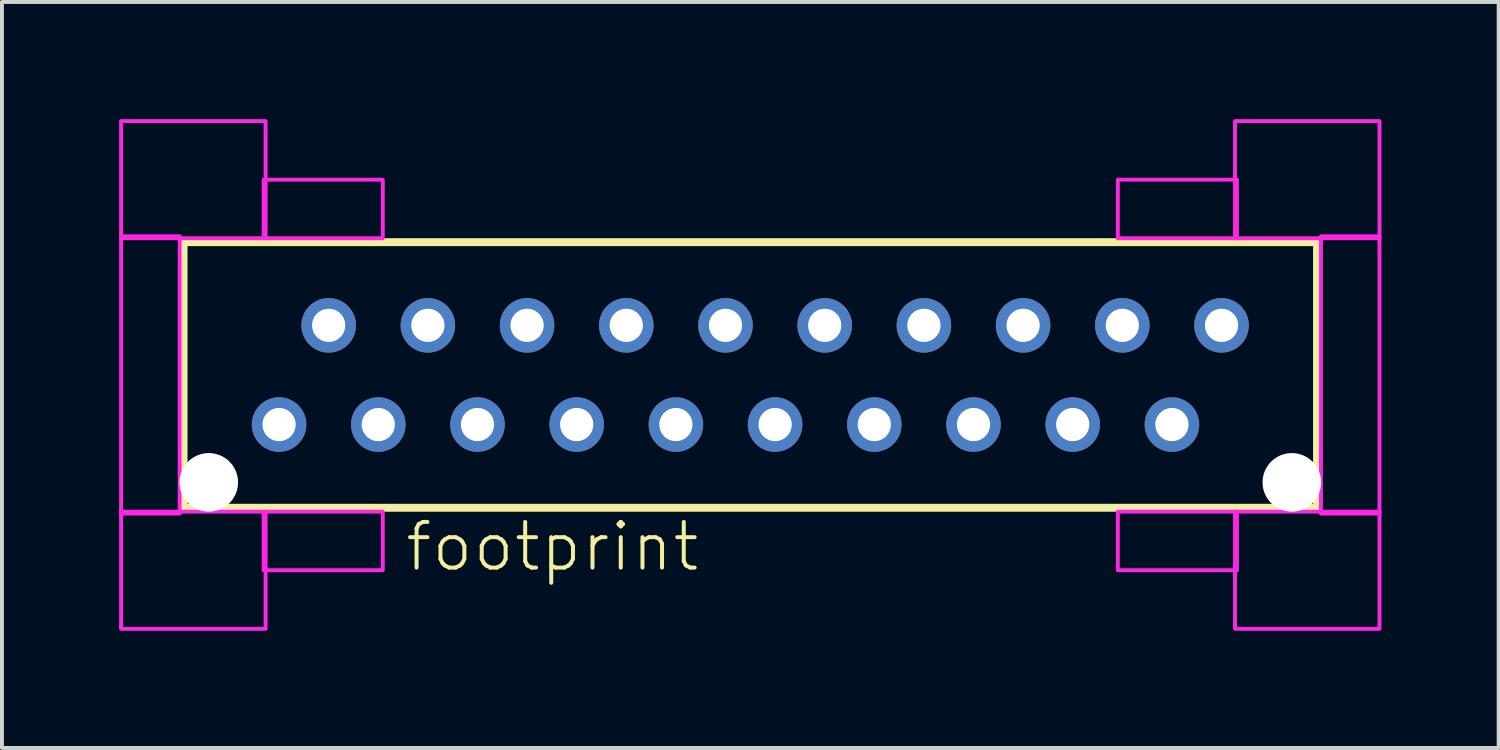
<source format=kicad_pcb>
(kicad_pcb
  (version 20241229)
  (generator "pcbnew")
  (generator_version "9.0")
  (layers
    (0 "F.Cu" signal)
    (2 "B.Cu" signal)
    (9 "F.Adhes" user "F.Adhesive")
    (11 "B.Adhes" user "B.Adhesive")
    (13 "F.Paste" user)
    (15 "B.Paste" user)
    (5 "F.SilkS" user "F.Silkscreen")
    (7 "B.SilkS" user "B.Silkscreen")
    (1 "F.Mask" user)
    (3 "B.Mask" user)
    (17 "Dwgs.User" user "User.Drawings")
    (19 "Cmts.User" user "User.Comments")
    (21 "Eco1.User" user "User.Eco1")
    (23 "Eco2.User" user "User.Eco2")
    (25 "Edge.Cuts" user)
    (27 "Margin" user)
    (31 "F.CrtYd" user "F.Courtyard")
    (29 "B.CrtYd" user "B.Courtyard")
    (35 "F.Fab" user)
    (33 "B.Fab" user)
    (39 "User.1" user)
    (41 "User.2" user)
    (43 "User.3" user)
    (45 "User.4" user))
  (footprint "footprint"
    (layer "F.Cu")
    (at 16.16 6.55)
    (property "Reference" "footprint" (at -8.89 5.08 0) (layer "F.SilkS") (effects (font (size 1.168 1.168) (thickness 0.102)) (justify left bottom)))
    (fp_line (start -14.51 -3.4) (end 14.51 -3.4) (stroke (width 0.203) (type solid)) (layer "F.SilkS"))
    (fp_line (start -14.51 3.4) (end -14.51 -3.4) (stroke (width 0.203) (type solid)) (layer "F.SilkS"))
    (fp_line (start 14.51 -3.4) (end 14.51 3.4) (stroke (width 0.203) (type solid)) (layer "F.SilkS"))
    (fp_line (start 14.51 3.4) (end -14.51 3.4) (stroke (width 0.203) (type solid)) (layer "F.SilkS"))
    (fp_poly (pts (xy -16.11 -3.5) (xy -12.41 -3.5) (xy -12.41 -6.5) (xy -16.11 -6.5)) (stroke (width 0.1) (type solid)) (fill no) (layer "F.CrtYd"))
    (fp_poly (pts (xy -16.11 3.55) (xy -14.61 3.55) (xy -14.61 -3.55) (xy -16.11 -3.55)) (stroke (width 0.1) (type solid)) (fill no) (layer "F.CrtYd"))
    (fp_poly (pts (xy -16.11 6.5) (xy -12.41 6.5) (xy -12.41 3.5) (xy -16.11 3.5)) (stroke (width 0.1) (type solid)) (fill no) (layer "F.CrtYd"))
    (fp_poly (pts (xy -12.46 -3.5) (xy -9.41 -3.5) (xy -9.41 -5) (xy -12.46 -5)) (stroke (width 0.1) (type solid)) (fill no) (layer "F.CrtYd"))
    (fp_poly (pts (xy -12.46 5) (xy -9.41 5) (xy -9.41 3.5) (xy -12.46 3.5)) (stroke (width 0.1) (type solid)) (fill no) (layer "F.CrtYd"))
    (fp_poly (pts (xy 9.41 -3.5) (xy 12.46 -3.5) (xy 12.46 -5) (xy 9.41 -5)) (stroke (width 0.1) (type solid)) (fill no) (layer "F.CrtYd"))
    (fp_poly (pts (xy 9.41 5) (xy 12.46 5) (xy 12.46 3.5) (xy 9.41 3.5)) (stroke (width 0.1) (type solid)) (fill no) (layer "F.CrtYd"))
    (fp_poly (pts (xy 12.41 -3.5) (xy 16.11 -3.5) (xy 16.11 -6.5) (xy 12.41 -6.5)) (stroke (width 0.1) (type solid)) (fill no) (layer "F.CrtYd"))
    (fp_poly (pts (xy 12.41 6.5) (xy 16.11 6.5) (xy 16.11 3.5) (xy 12.41 3.5)) (stroke (width 0.1) (type solid)) (fill no) (layer "F.CrtYd"))
    (fp_poly (pts (xy 14.61 3.55) (xy 16.11 3.55) (xy 16.11 -3.55) (xy 14.61 -3.55)) (stroke (width 0.1) (type solid)) (fill no) (layer "F.CrtYd"))
    (pad "" np_thru_hole circle (at -13.865 2.75) (size 1.5 1.5) (drill 1.5) (layers "*.Cu" "*.Mask"))
    (pad "" np_thru_hole circle (at 13.865 2.75) (size 1.5 1.5) (drill 1.5) (layers "*.Cu" "*.Mask"))
    (pad "1" thru_hole circle (at -12.065 1.27) (size 1.397 1.397) (drill 0.85) (layers "*.Cu" "*.Mask"))
    (pad "2" thru_hole circle (at -10.795 -1.27) (size 1.397 1.397) (drill 0.85) (layers "*.Cu" "*.Mask"))
    (pad "3" thru_hole circle (at -9.525 1.27) (size 1.397 1.397) (drill 0.85) (layers "*.Cu" "*.Mask"))
    (pad "4" thru_hole circle (at -8.255 -1.27) (size 1.397 1.397) (drill 0.85) (layers "*.Cu" "*.Mask"))
    (pad "5" thru_hole circle (at -6.985 1.27) (size 1.397 1.397) (drill 0.85) (layers "*.Cu" "*.Mask"))
    (pad "6" thru_hole circle (at -5.715 -1.27) (size 1.397 1.397) (drill 0.85) (layers "*.Cu" "*.Mask"))
    (pad "7" thru_hole circle (at -4.445 1.27) (size 1.397 1.397) (drill 0.85) (layers "*.Cu" "*.Mask"))
    (pad "8" thru_hole circle (at -3.175 -1.27) (size 1.397 1.397) (drill 0.85) (layers "*.Cu" "*.Mask"))
    (pad "9" thru_hole circle (at -1.905 1.27) (size 1.397 1.397) (drill 0.85) (layers "*.Cu" "*.Mask"))
    (pad "10" thru_hole circle (at -0.635 -1.27) (size 1.397 1.397) (drill 0.85) (layers "*.Cu" "*.Mask"))
    (pad "11" thru_hole circle (at 0.635 1.27) (size 1.397 1.397) (drill 0.85) (layers "*.Cu" "*.Mask"))
    (pad "12" thru_hole circle (at 1.905 -1.27) (size 1.397 1.397) (drill 0.85) (layers "*.Cu" "*.Mask"))
    (pad "13" thru_hole circle (at 3.175 1.27) (size 1.397 1.397) (drill 0.85) (layers "*.Cu" "*.Mask"))
    (pad "14" thru_hole circle (at 4.445 -1.27) (size 1.397 1.397) (drill 0.85) (layers "*.Cu" "*.Mask"))
    (pad "15" thru_hole circle (at 5.715 1.27) (size 1.397 1.397) (drill 0.85) (layers "*.Cu" "*.Mask"))
    (pad "16" thru_hole circle (at 6.985 -1.27) (size 1.397 1.397) (drill 0.85) (layers "*.Cu" "*.Mask"))
    (pad "17" thru_hole circle (at 8.255 1.27) (size 1.397 1.397) (drill 0.85) (layers "*.Cu" "*.Mask"))
    (pad "18" thru_hole circle (at 9.525 -1.27) (size 1.397 1.397) (drill 0.85) (layers "*.Cu" "*.Mask"))
    (pad "19" thru_hole circle (at 10.795 1.27) (size 1.397 1.397) (drill 0.85) (layers "*.Cu" "*.Mask"))
    (pad "20" thru_hole circle (at 12.065 -1.27) (size 1.397 1.397) (drill 0.85) (layers "*.Cu" "*.Mask")))
  (gr_rect
    (start -3 -3)
    (end 35.32 16.1)
    (stroke (width 0.1) (type default))
    (fill no)
    (layer "Edge.Cuts")))
</source>
